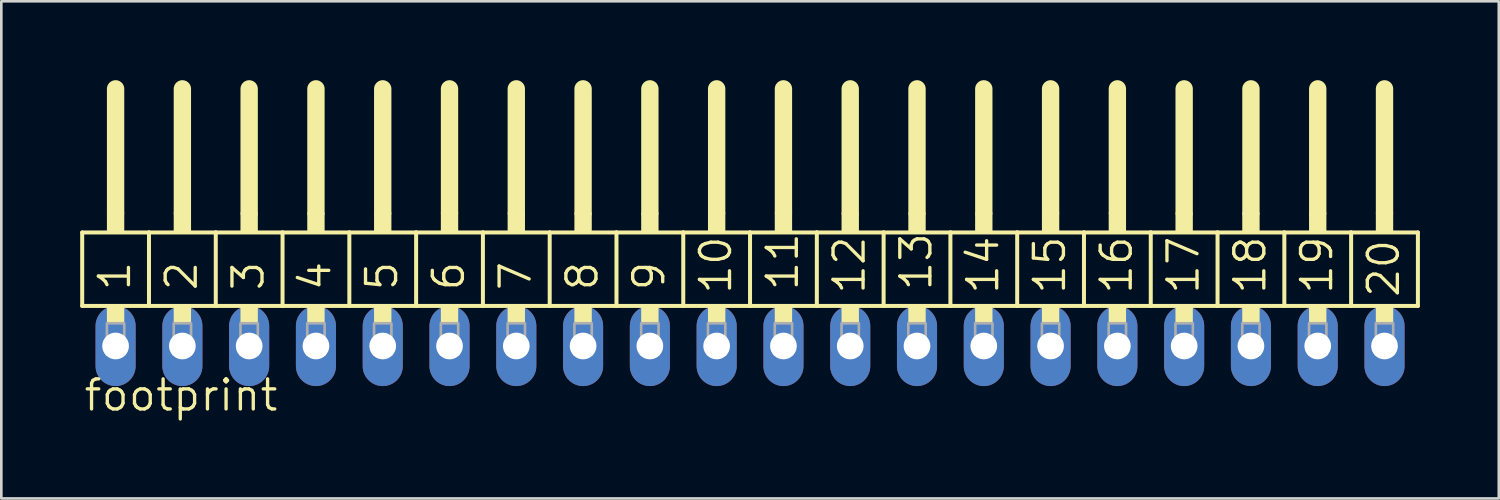
<source format=kicad_pcb>
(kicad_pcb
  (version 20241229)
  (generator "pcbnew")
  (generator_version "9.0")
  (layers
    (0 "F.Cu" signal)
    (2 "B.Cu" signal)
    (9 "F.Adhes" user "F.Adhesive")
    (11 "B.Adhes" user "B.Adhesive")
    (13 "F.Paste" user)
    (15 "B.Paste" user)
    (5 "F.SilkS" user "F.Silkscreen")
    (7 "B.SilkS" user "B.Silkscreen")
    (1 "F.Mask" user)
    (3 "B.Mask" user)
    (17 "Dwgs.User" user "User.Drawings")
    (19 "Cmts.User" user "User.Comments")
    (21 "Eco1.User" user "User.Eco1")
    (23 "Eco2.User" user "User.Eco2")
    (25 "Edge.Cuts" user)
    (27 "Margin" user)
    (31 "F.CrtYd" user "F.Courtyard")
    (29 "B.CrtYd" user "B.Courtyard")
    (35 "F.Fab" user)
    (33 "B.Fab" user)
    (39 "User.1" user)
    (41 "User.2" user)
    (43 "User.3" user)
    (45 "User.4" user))
  (footprint "footprint"
    (layer "F.Cu")
    (at 25.476 10.109)
    (property "Reference" "footprint" (at -25.4 2.54 0) (layer "F.SilkS") (effects (font (size 1.143 1.143) (thickness 0.127)) (justify left bottom)))
    (fp_line (start -25.4 -4.318) (end -22.86 -4.318) (stroke (width 0.152) (type solid)) (layer "F.SilkS"))
    (fp_line (start -25.4 -1.524) (end -25.4 -4.318) (stroke (width 0.152) (type solid)) (layer "F.SilkS"))
    (fp_line (start -24.13 -5.08) (end -24.13 -9.779) (stroke (width 0.66) (type solid)) (layer "F.SilkS"))
    (fp_line (start -22.86 -4.318) (end -20.32 -4.318) (stroke (width 0.152) (type solid)) (layer "F.SilkS"))
    (fp_line (start -22.86 -1.524) (end -25.4 -1.524) (stroke (width 0.152) (type solid)) (layer "F.SilkS"))
    (fp_line (start -22.86 -1.524) (end -22.86 -4.318) (stroke (width 0.152) (type solid)) (layer "F.SilkS"))
    (fp_line (start -22.86 -1.524) (end -20.32 -1.524) (stroke (width 0.152) (type solid)) (layer "F.SilkS"))
    (fp_line (start -21.59 -5.08) (end -21.59 -9.779) (stroke (width 0.66) (type solid)) (layer "F.SilkS"))
    (fp_line (start -20.32 -4.318) (end -17.78 -4.318) (stroke (width 0.152) (type solid)) (layer "F.SilkS"))
    (fp_line (start -20.32 -1.524) (end -20.32 -4.318) (stroke (width 0.152) (type solid)) (layer "F.SilkS"))
    (fp_line (start -19.05 -5.08) (end -19.05 -9.779) (stroke (width 0.66) (type solid)) (layer "F.SilkS"))
    (fp_line (start -17.78 -4.318) (end -15.24 -4.318) (stroke (width 0.152) (type solid)) (layer "F.SilkS"))
    (fp_line (start -17.78 -1.524) (end -20.32 -1.524) (stroke (width 0.152) (type solid)) (layer "F.SilkS"))
    (fp_line (start -17.78 -1.524) (end -17.78 -4.318) (stroke (width 0.152) (type solid)) (layer "F.SilkS"))
    (fp_line (start -16.51 -5.08) (end -16.51 -9.779) (stroke (width 0.66) (type solid)) (layer "F.SilkS"))
    (fp_line (start -15.24 -4.318) (end -12.7 -4.318) (stroke (width 0.152) (type solid)) (layer "F.SilkS"))
    (fp_line (start -15.24 -1.524) (end -17.78 -1.524) (stroke (width 0.152) (type solid)) (layer "F.SilkS"))
    (fp_line (start -15.24 -1.524) (end -15.24 -4.318) (stroke (width 0.152) (type solid)) (layer "F.SilkS"))
    (fp_line (start -13.97 -5.08) (end -13.97 -9.779) (stroke (width 0.66) (type solid)) (layer "F.SilkS"))
    (fp_line (start -12.7 -4.318) (end -10.16 -4.318) (stroke (width 0.152) (type solid)) (layer "F.SilkS"))
    (fp_line (start -12.7 -1.524) (end -15.24 -1.524) (stroke (width 0.152) (type solid)) (layer "F.SilkS"))
    (fp_line (start -12.7 -1.524) (end -12.7 -4.318) (stroke (width 0.152) (type solid)) (layer "F.SilkS"))
    (fp_line (start -11.43 -5.08) (end -11.43 -9.779) (stroke (width 0.66) (type solid)) (layer "F.SilkS"))
    (fp_line (start -10.16 -4.318) (end -7.62 -4.318) (stroke (width 0.152) (type solid)) (layer "F.SilkS"))
    (fp_line (start -10.16 -1.524) (end -12.7 -1.524) (stroke (width 0.152) (type solid)) (layer "F.SilkS"))
    (fp_line (start -10.16 -1.524) (end -10.16 -4.318) (stroke (width 0.152) (type solid)) (layer "F.SilkS"))
    (fp_line (start -10.16 -1.524) (end -7.62 -1.524) (stroke (width 0.152) (type solid)) (layer "F.SilkS"))
    (fp_line (start -8.89 -5.08) (end -8.89 -9.779) (stroke (width 0.66) (type solid)) (layer "F.SilkS"))
    (fp_line (start -7.62 -4.318) (end -5.08 -4.318) (stroke (width 0.152) (type solid)) (layer "F.SilkS"))
    (fp_line (start -7.62 -1.524) (end -7.62 -4.318) (stroke (width 0.152) (type solid)) (layer "F.SilkS"))
    (fp_line (start -6.35 -5.08) (end -6.35 -9.779) (stroke (width 0.66) (type solid)) (layer "F.SilkS"))
    (fp_line (start -5.08 -4.318) (end -2.54 -4.318) (stroke (width 0.152) (type solid)) (layer "F.SilkS"))
    (fp_line (start -5.08 -1.524) (end -7.62 -1.524) (stroke (width 0.152) (type solid)) (layer "F.SilkS"))
    (fp_line (start -5.08 -1.524) (end -5.08 -4.318) (stroke (width 0.152) (type solid)) (layer "F.SilkS"))
    (fp_line (start -3.81 -5.08) (end -3.81 -9.779) (stroke (width 0.66) (type solid)) (layer "F.SilkS"))
    (fp_line (start -2.54 -4.318) (end 0 -4.318) (stroke (width 0.152) (type solid)) (layer "F.SilkS"))
    (fp_line (start -2.54 -1.524) (end -5.08 -1.524) (stroke (width 0.152) (type solid)) (layer "F.SilkS"))
    (fp_line (start -2.54 -1.524) (end -2.54 -4.318) (stroke (width 0.152) (type solid)) (layer "F.SilkS"))
    (fp_line (start -1.27 -5.08) (end -1.27 -9.779) (stroke (width 0.66) (type solid)) (layer "F.SilkS"))
    (fp_line (start 0 -4.318) (end 2.54 -4.318) (stroke (width 0.152) (type solid)) (layer "F.SilkS"))
    (fp_line (start 0 -1.524) (end -2.54 -1.524) (stroke (width 0.152) (type solid)) (layer "F.SilkS"))
    (fp_line (start 0 -1.524) (end 0 -4.318) (stroke (width 0.152) (type solid)) (layer "F.SilkS"))
    (fp_line (start 1.27 -5.08) (end 1.27 -9.779) (stroke (width 0.66) (type solid)) (layer "F.SilkS"))
    (fp_line (start 2.54 -4.318) (end 5.08 -4.318) (stroke (width 0.152) (type solid)) (layer "F.SilkS"))
    (fp_line (start 2.54 -1.524) (end 0 -1.524) (stroke (width 0.152) (type solid)) (layer "F.SilkS"))
    (fp_line (start 2.54 -1.524) (end 2.54 -4.318) (stroke (width 0.152) (type solid)) (layer "F.SilkS"))
    (fp_line (start 2.54 -1.524) (end 5.08 -1.524) (stroke (width 0.152) (type solid)) (layer "F.SilkS"))
    (fp_line (start 3.81 -5.08) (end 3.81 -9.779) (stroke (width 0.66) (type solid)) (layer "F.SilkS"))
    (fp_line (start 5.08 -4.318) (end 7.62 -4.318) (stroke (width 0.152) (type solid)) (layer "F.SilkS"))
    (fp_line (start 5.08 -1.524) (end 5.08 -4.318) (stroke (width 0.152) (type solid)) (layer "F.SilkS"))
    (fp_line (start 6.35 -5.08) (end 6.35 -9.779) (stroke (width 0.66) (type solid)) (layer "F.SilkS"))
    (fp_line (start 7.62 -4.318) (end 10.16 -4.318) (stroke (width 0.152) (type solid)) (layer "F.SilkS"))
    (fp_line (start 7.62 -1.524) (end 5.08 -1.524) (stroke (width 0.152) (type solid)) (layer "F.SilkS"))
    (fp_line (start 7.62 -1.524) (end 7.62 -4.318) (stroke (width 0.152) (type solid)) (layer "F.SilkS"))
    (fp_line (start 8.89 -5.08) (end 8.89 -9.779) (stroke (width 0.66) (type solid)) (layer "F.SilkS"))
    (fp_line (start 10.16 -4.318) (end 12.7 -4.318) (stroke (width 0.152) (type solid)) (layer "F.SilkS"))
    (fp_line (start 10.16 -1.524) (end 7.62 -1.524) (stroke (width 0.152) (type solid)) (layer "F.SilkS"))
    (fp_line (start 10.16 -1.524) (end 10.16 -4.318) (stroke (width 0.152) (type solid)) (layer "F.SilkS"))
    (fp_line (start 11.43 -5.08) (end 11.43 -9.779) (stroke (width 0.66) (type solid)) (layer "F.SilkS"))
    (fp_line (start 12.7 -4.318) (end 15.24 -4.318) (stroke (width 0.152) (type solid)) (layer "F.SilkS"))
    (fp_line (start 12.7 -1.524) (end 10.16 -1.524) (stroke (width 0.152) (type solid)) (layer "F.SilkS"))
    (fp_line (start 12.7 -1.524) (end 12.7 -4.318) (stroke (width 0.152) (type solid)) (layer "F.SilkS"))
    (fp_line (start 13.97 -5.08) (end 13.97 -9.779) (stroke (width 0.66) (type solid)) (layer "F.SilkS"))
    (fp_line (start 15.24 -4.318) (end 17.78 -4.318) (stroke (width 0.152) (type solid)) (layer "F.SilkS"))
    (fp_line (start 15.24 -1.524) (end 12.7 -1.524) (stroke (width 0.152) (type solid)) (layer "F.SilkS"))
    (fp_line (start 15.24 -1.524) (end 15.24 -4.318) (stroke (width 0.152) (type solid)) (layer "F.SilkS"))
    (fp_line (start 15.24 -1.524) (end 17.78 -1.524) (stroke (width 0.152) (type solid)) (layer "F.SilkS"))
    (fp_line (start 16.51 -5.08) (end 16.51 -9.779) (stroke (width 0.66) (type solid)) (layer "F.SilkS"))
    (fp_line (start 17.78 -4.318) (end 20.32 -4.318) (stroke (width 0.152) (type solid)) (layer "F.SilkS"))
    (fp_line (start 17.78 -1.524) (end 17.78 -4.318) (stroke (width 0.152) (type solid)) (layer "F.SilkS"))
    (fp_line (start 19.05 -5.08) (end 19.05 -9.779) (stroke (width 0.66) (type solid)) (layer "F.SilkS"))
    (fp_line (start 20.32 -4.318) (end 22.86 -4.318) (stroke (width 0.152) (type solid)) (layer "F.SilkS"))
    (fp_line (start 20.32 -1.524) (end 17.78 -1.524) (stroke (width 0.152) (type solid)) (layer "F.SilkS"))
    (fp_line (start 20.32 -1.524) (end 20.32 -4.318) (stroke (width 0.152) (type solid)) (layer "F.SilkS"))
    (fp_line (start 21.59 -5.08) (end 21.59 -9.779) (stroke (width 0.66) (type solid)) (layer "F.SilkS"))
    (fp_line (start 22.86 -4.318) (end 25.4 -4.318) (stroke (width 0.152) (type solid)) (layer "F.SilkS"))
    (fp_line (start 22.86 -1.524) (end 20.32 -1.524) (stroke (width 0.152) (type solid)) (layer "F.SilkS"))
    (fp_line (start 22.86 -1.524) (end 22.86 -4.318) (stroke (width 0.152) (type solid)) (layer "F.SilkS"))
    (fp_line (start 24.13 -5.08) (end 24.13 -9.779) (stroke (width 0.66) (type solid)) (layer "F.SilkS"))
    (fp_line (start 25.4 -1.524) (end 22.86 -1.524) (stroke (width 0.152) (type solid)) (layer "F.SilkS"))
    (fp_line (start 25.4 -1.524) (end 25.4 -4.318) (stroke (width 0.152) (type solid)) (layer "F.SilkS"))
    (fp_poly (pts (xy -24.46 -4.318) (xy -23.8 -4.318) (xy -23.8 -5.08) (xy -24.46 -5.08)) (stroke (width 0) (type solid)) (fill yes) (layer "F.SilkS"))
    (fp_poly (pts (xy -24.46 -0.864) (xy -23.8 -0.864) (xy -23.8 -1.524) (xy -24.46 -1.524)) (stroke (width 0) (type solid)) (fill yes) (layer "F.SilkS"))
    (fp_poly (pts (xy -21.92 -4.318) (xy -21.26 -4.318) (xy -21.26 -5.08) (xy -21.92 -5.08)) (stroke (width 0) (type solid)) (fill yes) (layer "F.SilkS"))
    (fp_poly (pts (xy -21.92 -0.864) (xy -21.26 -0.864) (xy -21.26 -1.524) (xy -21.92 -1.524)) (stroke (width 0) (type solid)) (fill yes) (layer "F.SilkS"))
    (fp_poly (pts (xy -19.38 -4.318) (xy -18.72 -4.318) (xy -18.72 -5.08) (xy -19.38 -5.08)) (stroke (width 0) (type solid)) (fill yes) (layer "F.SilkS"))
    (fp_poly (pts (xy -19.38 -0.864) (xy -18.72 -0.864) (xy -18.72 -1.524) (xy -19.38 -1.524)) (stroke (width 0) (type solid)) (fill yes) (layer "F.SilkS"))
    (fp_poly (pts (xy -16.84 -4.318) (xy -16.18 -4.318) (xy -16.18 -5.08) (xy -16.84 -5.08)) (stroke (width 0) (type solid)) (fill yes) (layer "F.SilkS"))
    (fp_poly (pts (xy -16.84 -0.864) (xy -16.18 -0.864) (xy -16.18 -1.524) (xy -16.84 -1.524)) (stroke (width 0) (type solid)) (fill yes) (layer "F.SilkS"))
    (fp_poly (pts (xy -14.3 -4.318) (xy -13.64 -4.318) (xy -13.64 -5.08) (xy -14.3 -5.08)) (stroke (width 0) (type solid)) (fill yes) (layer "F.SilkS"))
    (fp_poly (pts (xy -14.3 -0.864) (xy -13.64 -0.864) (xy -13.64 -1.524) (xy -14.3 -1.524)) (stroke (width 0) (type solid)) (fill yes) (layer "F.SilkS"))
    (fp_poly (pts (xy -11.76 -4.318) (xy -11.1 -4.318) (xy -11.1 -5.08) (xy -11.76 -5.08)) (stroke (width 0) (type solid)) (fill yes) (layer "F.SilkS"))
    (fp_poly (pts (xy -11.76 -0.864) (xy -11.1 -0.864) (xy -11.1 -1.524) (xy -11.76 -1.524)) (stroke (width 0) (type solid)) (fill yes) (layer "F.SilkS"))
    (fp_poly (pts (xy -9.22 -4.318) (xy -8.56 -4.318) (xy -8.56 -5.08) (xy -9.22 -5.08)) (stroke (width 0) (type solid)) (fill yes) (layer "F.SilkS"))
    (fp_poly (pts (xy -9.22 -0.864) (xy -8.56 -0.864) (xy -8.56 -1.524) (xy -9.22 -1.524)) (stroke (width 0) (type solid)) (fill yes) (layer "F.SilkS"))
    (fp_poly (pts (xy -6.68 -4.318) (xy -6.02 -4.318) (xy -6.02 -5.08) (xy -6.68 -5.08)) (stroke (width 0) (type solid)) (fill yes) (layer "F.SilkS"))
    (fp_poly (pts (xy -6.68 -0.864) (xy -6.02 -0.864) (xy -6.02 -1.524) (xy -6.68 -1.524)) (stroke (width 0) (type solid)) (fill yes) (layer "F.SilkS"))
    (fp_poly (pts (xy -4.14 -4.318) (xy -3.48 -4.318) (xy -3.48 -5.08) (xy -4.14 -5.08)) (stroke (width 0) (type solid)) (fill yes) (layer "F.SilkS"))
    (fp_poly (pts (xy -4.14 -0.864) (xy -3.48 -0.864) (xy -3.48 -1.524) (xy -4.14 -1.524)) (stroke (width 0) (type solid)) (fill yes) (layer "F.SilkS"))
    (fp_poly (pts (xy -1.6 -4.318) (xy -0.94 -4.318) (xy -0.94 -5.08) (xy -1.6 -5.08)) (stroke (width 0) (type solid)) (fill yes) (layer "F.SilkS"))
    (fp_poly (pts (xy -1.6 -0.864) (xy -0.94 -0.864) (xy -0.94 -1.524) (xy -1.6 -1.524)) (stroke (width 0) (type solid)) (fill yes) (layer "F.SilkS"))
    (fp_poly (pts (xy 0.94 -4.318) (xy 1.6 -4.318) (xy 1.6 -5.08) (xy 0.94 -5.08)) (stroke (width 0) (type solid)) (fill yes) (layer "F.SilkS"))
    (fp_poly (pts (xy 0.94 -0.864) (xy 1.6 -0.864) (xy 1.6 -1.524) (xy 0.94 -1.524)) (stroke (width 0) (type solid)) (fill yes) (layer "F.SilkS"))
    (fp_poly (pts (xy 3.48 -4.318) (xy 4.14 -4.318) (xy 4.14 -5.08) (xy 3.48 -5.08)) (stroke (width 0) (type solid)) (fill yes) (layer "F.SilkS"))
    (fp_poly (pts (xy 3.48 -0.864) (xy 4.14 -0.864) (xy 4.14 -1.524) (xy 3.48 -1.524)) (stroke (width 0) (type solid)) (fill yes) (layer "F.SilkS"))
    (fp_poly (pts (xy 6.02 -4.318) (xy 6.68 -4.318) (xy 6.68 -5.08) (xy 6.02 -5.08)) (stroke (width 0) (type solid)) (fill yes) (layer "F.SilkS"))
    (fp_poly (pts (xy 6.02 -0.864) (xy 6.68 -0.864) (xy 6.68 -1.524) (xy 6.02 -1.524)) (stroke (width 0) (type solid)) (fill yes) (layer "F.SilkS"))
    (fp_poly (pts (xy 8.56 -4.318) (xy 9.22 -4.318) (xy 9.22 -5.08) (xy 8.56 -5.08)) (stroke (width 0) (type solid)) (fill yes) (layer "F.SilkS"))
    (fp_poly (pts (xy 8.56 -0.864) (xy 9.22 -0.864) (xy 9.22 -1.524) (xy 8.56 -1.524)) (stroke (width 0) (type solid)) (fill yes) (layer "F.SilkS"))
    (fp_poly (pts (xy 11.1 -4.318) (xy 11.76 -4.318) (xy 11.76 -5.08) (xy 11.1 -5.08)) (stroke (width 0) (type solid)) (fill yes) (layer "F.SilkS"))
    (fp_poly (pts (xy 11.1 -0.864) (xy 11.76 -0.864) (xy 11.76 -1.524) (xy 11.1 -1.524)) (stroke (width 0) (type solid)) (fill yes) (layer "F.SilkS"))
    (fp_poly (pts (xy 13.64 -4.318) (xy 14.3 -4.318) (xy 14.3 -5.08) (xy 13.64 -5.08)) (stroke (width 0) (type solid)) (fill yes) (layer "F.SilkS"))
    (fp_poly (pts (xy 13.64 -0.864) (xy 14.3 -0.864) (xy 14.3 -1.524) (xy 13.64 -1.524)) (stroke (width 0) (type solid)) (fill yes) (layer "F.SilkS"))
    (fp_poly (pts (xy 16.18 -4.318) (xy 16.84 -4.318) (xy 16.84 -5.08) (xy 16.18 -5.08)) (stroke (width 0) (type solid)) (fill yes) (layer "F.SilkS"))
    (fp_poly (pts (xy 16.18 -0.864) (xy 16.84 -0.864) (xy 16.84 -1.524) (xy 16.18 -1.524)) (stroke (width 0) (type solid)) (fill yes) (layer "F.SilkS"))
    (fp_poly (pts (xy 18.72 -4.318) (xy 19.38 -4.318) (xy 19.38 -5.08) (xy 18.72 -5.08)) (stroke (width 0) (type solid)) (fill yes) (layer "F.SilkS"))
    (fp_poly (pts (xy 18.72 -0.864) (xy 19.38 -0.864) (xy 19.38 -1.524) (xy 18.72 -1.524)) (stroke (width 0) (type solid)) (fill yes) (layer "F.SilkS"))
    (fp_poly (pts (xy 21.26 -4.318) (xy 21.92 -4.318) (xy 21.92 -5.08) (xy 21.26 -5.08)) (stroke (width 0) (type solid)) (fill yes) (layer "F.SilkS"))
    (fp_poly (pts (xy 21.26 -0.864) (xy 21.92 -0.864) (xy 21.92 -1.524) (xy 21.26 -1.524)) (stroke (width 0) (type solid)) (fill yes) (layer "F.SilkS"))
    (fp_poly (pts (xy 23.8 -4.318) (xy 24.46 -4.318) (xy 24.46 -5.08) (xy 23.8 -5.08)) (stroke (width 0) (type solid)) (fill yes) (layer "F.SilkS"))
    (fp_poly (pts (xy 23.8 -0.864) (xy 24.46 -0.864) (xy 24.46 -1.524) (xy 23.8 -1.524)) (stroke (width 0) (type solid)) (fill yes) (layer "F.SilkS"))
    (fp_poly (pts (xy -24.46 0.33) (xy -23.8 0.33) (xy -23.8 -0.864) (xy -24.46 -0.864)) (stroke (width 0.1) (type solid)) (fill no) (layer "F.Fab"))
    (fp_poly (pts (xy -21.92 0.33) (xy -21.26 0.33) (xy -21.26 -0.864) (xy -21.92 -0.864)) (stroke (width 0.1) (type solid)) (fill no) (layer "F.Fab"))
    (fp_poly (pts (xy -19.38 0.33) (xy -18.72 0.33) (xy -18.72 -0.864) (xy -19.38 -0.864)) (stroke (width 0.1) (type solid)) (fill no) (layer "F.Fab"))
    (fp_poly (pts (xy -16.84 0.33) (xy -16.18 0.33) (xy -16.18 -0.864) (xy -16.84 -0.864)) (stroke (width 0.1) (type solid)) (fill no) (layer "F.Fab"))
    (fp_poly (pts (xy -14.3 0.33) (xy -13.64 0.33) (xy -13.64 -0.864) (xy -14.3 -0.864)) (stroke (width 0.1) (type solid)) (fill no) (layer "F.Fab"))
    (fp_poly (pts (xy -11.76 0.33) (xy -11.1 0.33) (xy -11.1 -0.864) (xy -11.76 -0.864)) (stroke (width 0.1) (type solid)) (fill no) (layer "F.Fab"))
    (fp_poly (pts (xy -9.22 0.33) (xy -8.56 0.33) (xy -8.56 -0.864) (xy -9.22 -0.864)) (stroke (width 0.1) (type solid)) (fill no) (layer "F.Fab"))
    (fp_poly (pts (xy -6.68 0.33) (xy -6.02 0.33) (xy -6.02 -0.864) (xy -6.68 -0.864)) (stroke (width 0.1) (type solid)) (fill no) (layer "F.Fab"))
    (fp_poly (pts (xy -4.14 0.33) (xy -3.48 0.33) (xy -3.48 -0.864) (xy -4.14 -0.864)) (stroke (width 0.1) (type solid)) (fill no) (layer "F.Fab"))
    (fp_poly (pts (xy -1.6 0.33) (xy -0.94 0.33) (xy -0.94 -0.864) (xy -1.6 -0.864)) (stroke (width 0.1) (type solid)) (fill no) (layer "F.Fab"))
    (fp_poly (pts (xy 0.94 0.33) (xy 1.6 0.33) (xy 1.6 -0.864) (xy 0.94 -0.864)) (stroke (width 0.1) (type solid)) (fill no) (layer "F.Fab"))
    (fp_poly (pts (xy 3.48 0.33) (xy 4.14 0.33) (xy 4.14 -0.864) (xy 3.48 -0.864)) (stroke (width 0.1) (type solid)) (fill no) (layer "F.Fab"))
    (fp_poly (pts (xy 6.02 0.33) (xy 6.68 0.33) (xy 6.68 -0.864) (xy 6.02 -0.864)) (stroke (width 0.1) (type solid)) (fill no) (layer "F.Fab"))
    (fp_poly (pts (xy 8.56 0.33) (xy 9.22 0.33) (xy 9.22 -0.864) (xy 8.56 -0.864)) (stroke (width 0.1) (type solid)) (fill no) (layer "F.Fab"))
    (fp_poly (pts (xy 11.1 0.33) (xy 11.76 0.33) (xy 11.76 -0.864) (xy 11.1 -0.864)) (stroke (width 0.1) (type solid)) (fill no) (layer "F.Fab"))
    (fp_poly (pts (xy 13.64 0.33) (xy 14.3 0.33) (xy 14.3 -0.864) (xy 13.64 -0.864)) (stroke (width 0.1) (type solid)) (fill no) (layer "F.Fab"))
    (fp_poly (pts (xy 16.18 0.33) (xy 16.84 0.33) (xy 16.84 -0.864) (xy 16.18 -0.864)) (stroke (width 0.1) (type solid)) (fill no) (layer "F.Fab"))
    (fp_poly (pts (xy 18.72 0.33) (xy 19.38 0.33) (xy 19.38 -0.864) (xy 18.72 -0.864)) (stroke (width 0.1) (type solid)) (fill no) (layer "F.Fab"))
    (fp_poly (pts (xy 21.26 0.33) (xy 21.92 0.33) (xy 21.92 -0.864) (xy 21.26 -0.864)) (stroke (width 0.1) (type solid)) (fill no) (layer "F.Fab"))
    (fp_poly (pts (xy 23.8 0.33) (xy 24.46 0.33) (xy 24.46 -0.864) (xy 23.8 -0.864)) (stroke (width 0.1) (type solid)) (fill no) (layer "F.Fab"))
    (fp_text user "4" (at -15.875 -2.032 90) (layer "F.SilkS") (effects (font (size 1.143 1.143) (thickness 0.127)) (justify left bottom)))
    (fp_text user "5" (at -13.335 -2.032 90) (layer "F.SilkS") (effects (font (size 1.143 1.143) (thickness 0.127)) (justify left bottom)))
    (fp_text user "7" (at -8.255 -2.032 90) (layer "F.SilkS") (effects (font (size 1.143 1.143) (thickness 0.127)) (justify left bottom)))
    (fp_text user "17" (at 17.145 -1.905 90) (layer "F.SilkS") (effects (font (size 1.143 1.143) (thickness 0.127)) (justify left bottom)))
    (fp_text user "8" (at -5.715 -2.032 90) (layer "F.SilkS") (effects (font (size 1.143 1.143) (thickness 0.127)) (justify left bottom)))
    (fp_text user "2" (at -20.955 -2.032 90) (layer "F.SilkS") (effects (font (size 1.143 1.143) (thickness 0.127)) (justify left bottom)))
    (fp_text user "20" (at 24.765 -1.778 90) (layer "F.SilkS") (effects (font (size 1.143 1.143) (thickness 0.127)) (justify left bottom)))
    (fp_text user "1" (at -23.495 -2.032 90) (layer "F.SilkS") (effects (font (size 1.143 1.143) (thickness 0.127)) (justify left bottom)))
    (fp_text user "18" (at 19.685 -1.905 90) (layer "F.SilkS") (effects (font (size 1.143 1.143) (thickness 0.127)) (justify left bottom)))
    (fp_text user "10" (at -0.635 -1.905 90) (layer "F.SilkS") (effects (font (size 1.143 1.143) (thickness 0.127)) (justify left bottom)))
    (fp_text user "12" (at 4.445 -1.905 90) (layer "F.SilkS") (effects (font (size 1.143 1.143) (thickness 0.127)) (justify left bottom)))
    (fp_text user "13" (at 6.985 -2.032 90) (layer "F.SilkS") (effects (font (size 1.143 1.143) (thickness 0.127)) (justify left bottom)))
    (fp_text user "16" (at 14.605 -1.905 90) (layer "F.SilkS") (effects (font (size 1.143 1.143) (thickness 0.127)) (justify left bottom)))
    (fp_text user "14" (at 9.525 -1.905 90) (layer "F.SilkS") (effects (font (size 1.143 1.143) (thickness 0.127)) (justify left bottom)))
    (fp_text user "11" (at 1.905 -2.032 90) (layer "F.SilkS") (effects (font (size 1.143 1.143) (thickness 0.127)) (justify left bottom)))
    (fp_text user "3" (at -18.415 -2.032 90) (layer "F.SilkS") (effects (font (size 1.143 1.143) (thickness 0.127)) (justify left bottom)))
    (fp_text user "15" (at 12.065 -1.905 90) (layer "F.SilkS") (effects (font (size 1.143 1.143) (thickness 0.127)) (justify left bottom)))
    (fp_text user "6" (at -10.795 -2.032 90) (layer "F.SilkS") (effects (font (size 1.143 1.143) (thickness 0.127)) (justify left bottom)))
    (fp_text user "19" (at 22.225 -1.905 90) (layer "F.SilkS") (effects (font (size 1.143 1.143) (thickness 0.127)) (justify left bottom)))
    (fp_text user "9" (at -3.175 -2.032 90) (layer "F.SilkS") (effects (font (size 1.143 1.143) (thickness 0.127)) (justify left bottom)))
    (pad "1" thru_hole oval (at -24.13 0 90) (size 3.048 1.524) (drill 1.016) (layers "*.Cu" "*.Mask"))
    (pad "2" thru_hole oval (at -21.59 0 90) (size 3.048 1.524) (drill 1.016) (layers "*.Cu" "*.Mask"))
    (pad "3" thru_hole oval (at -19.05 0 90) (size 3.048 1.524) (drill 1.016) (layers "*.Cu" "*.Mask"))
    (pad "4" thru_hole oval (at -16.51 0 90) (size 3.048 1.524) (drill 1.016) (layers "*.Cu" "*.Mask"))
    (pad "5" thru_hole oval (at -13.97 0 90) (size 3.048 1.524) (drill 1.016) (layers "*.Cu" "*.Mask"))
    (pad "6" thru_hole oval (at -11.43 0 90) (size 3.048 1.524) (drill 1.016) (layers "*.Cu" "*.Mask"))
    (pad "7" thru_hole oval (at -8.89 0 90) (size 3.048 1.524) (drill 1.016) (layers "*.Cu" "*.Mask"))
    (pad "8" thru_hole oval (at -6.35 0 90) (size 3.048 1.524) (drill 1.016) (layers "*.Cu" "*.Mask"))
    (pad "9" thru_hole oval (at -3.81 0 90) (size 3.048 1.524) (drill 1.016) (layers "*.Cu" "*.Mask"))
    (pad "10" thru_hole oval (at -1.27 0 90) (size 3.048 1.524) (drill 1.016) (layers "*.Cu" "*.Mask"))
    (pad "11" thru_hole oval (at 1.27 0 90) (size 3.048 1.524) (drill 1.016) (layers "*.Cu" "*.Mask"))
    (pad "12" thru_hole oval (at 3.81 0 90) (size 3.048 1.524) (drill 1.016) (layers "*.Cu" "*.Mask"))
    (pad "13" thru_hole oval (at 6.35 0 90) (size 3.048 1.524) (drill 1.016) (layers "*.Cu" "*.Mask"))
    (pad "14" thru_hole oval (at 8.89 0 90) (size 3.048 1.524) (drill 1.016) (layers "*.Cu" "*.Mask"))
    (pad "15" thru_hole oval (at 11.43 0 90) (size 3.048 1.524) (drill 1.016) (layers "*.Cu" "*.Mask"))
    (pad "16" thru_hole oval (at 13.97 0 90) (size 3.048 1.524) (drill 1.016) (layers "*.Cu" "*.Mask"))
    (pad "17" thru_hole oval (at 16.51 0 90) (size 3.048 1.524) (drill 1.016) (layers "*.Cu" "*.Mask"))
    (pad "18" thru_hole oval (at 19.05 0 90) (size 3.048 1.524) (drill 1.016) (layers "*.Cu" "*.Mask"))
    (pad "19" thru_hole oval (at 21.59 0 90) (size 3.048 1.524) (drill 1.016) (layers "*.Cu" "*.Mask"))
    (pad "20" thru_hole oval (at 24.13 0 90) (size 3.048 1.524) (drill 1.016) (layers "*.Cu" "*.Mask")))
  (gr_rect
    (start -3 -3)
    (end 53.952 15.908)
    (stroke (width 0.1) (type default))
    (fill no)
    (layer "Edge.Cuts")))
</source>
